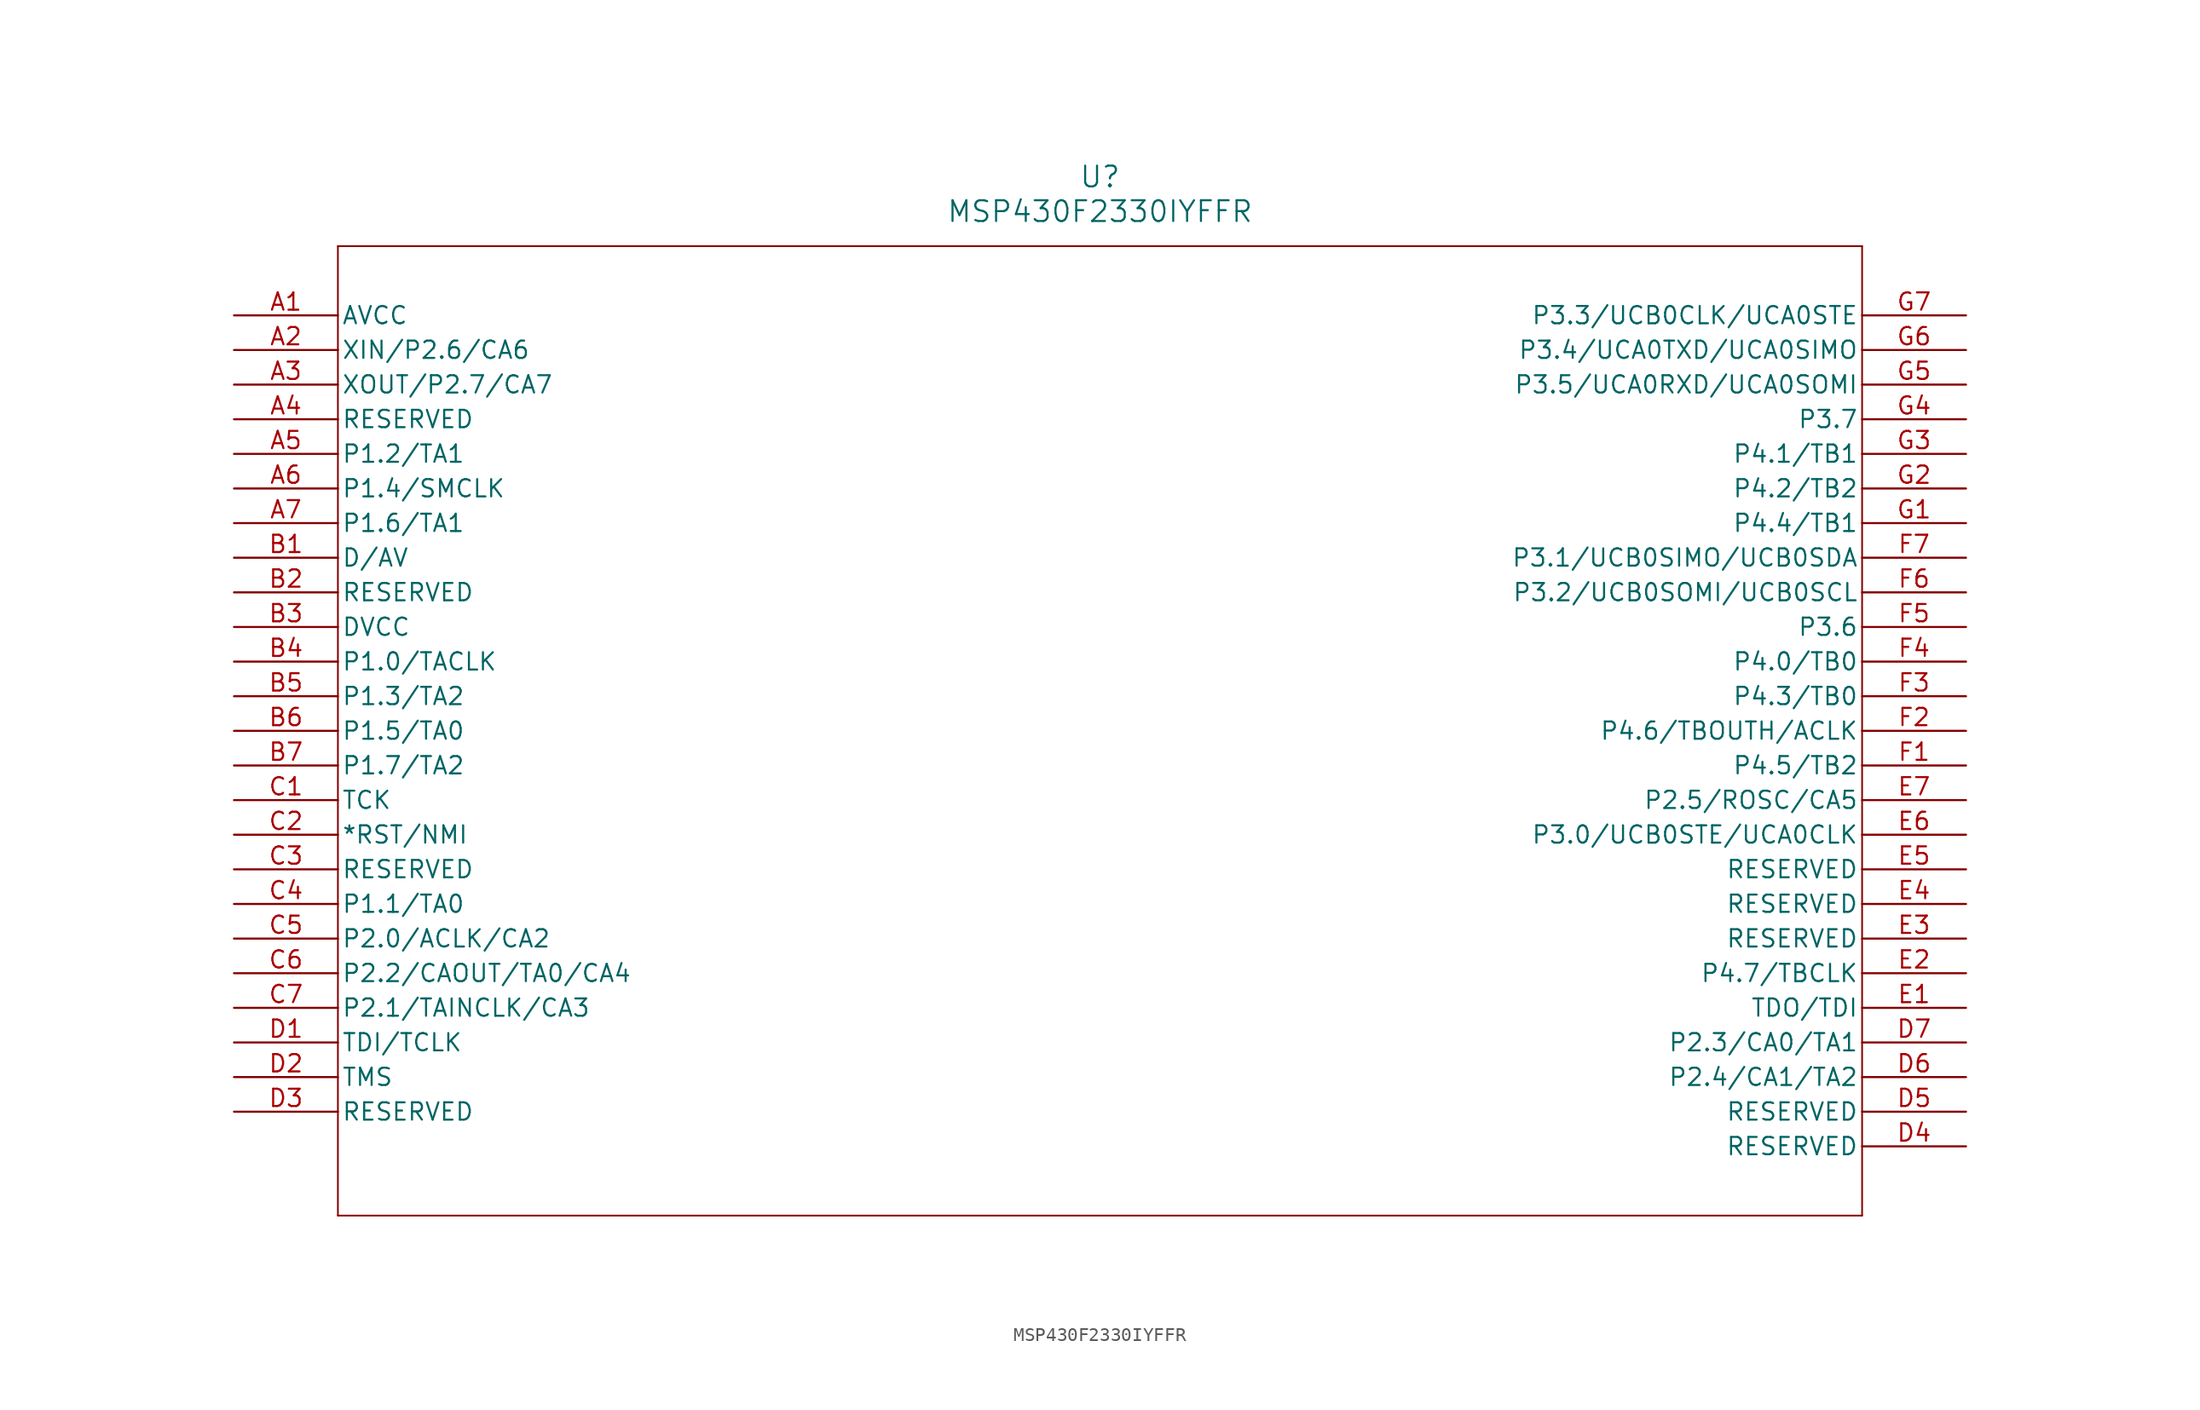
<source format=kicad_sym>
(kicad_symbol_lib
  (version 20211014)
  (generator kicad_symbol_editor)
  (symbol "MSP430F2330IYFFR"
    (pin_names
      (offset 0.254))
    (property "Reference" "U"
      (at 63.5 10.16 0)
      (effects (font (size 1.524 1.524))))
    (property "Value" "MSP430F2330IYFFR"
      (at 63.5 7.62 0)
      (effects (font (size 1.524 1.524))))
    (symbol "MSP430F2330IYFFR_0_1"
      (polyline (pts (xy 7.62 5.08) (xy 7.62 -66.04)) (stroke (width 0.127) (type default) (color 0 0 0 0)) (fill (type none)))
      (polyline (pts (xy 7.62 -66.04) (xy 119.38 -66.04)) (stroke (width 0.127) (type default) (color 0 0 0 0)) (fill (type none)))
      (polyline (pts (xy 119.38 -66.04) (xy 119.38 5.08)) (stroke (width 0.127) (type default) (color 0 0 0 0)) (fill (type none)))
      (polyline (pts (xy 119.38 5.08) (xy 7.62 5.08)) (stroke (width 0.127) (type default) (color 0 0 0 0)) (fill (type none)))
      (pin power_in line (at 0 0 0) (length 7.62) (name "AVCC" (effects (font (size 1.27 1.27)))) (number "A1" (effects (font (size 1.27 1.27)))))
      (pin bidirectional line (at 0 -2.54 0) (length 7.62) (name "XIN/P2.6/CA6" (effects (font (size 1.27 1.27)))) (number "A2" (effects (font (size 1.27 1.27)))))
      (pin bidirectional line (at 0 -5.08 0) (length 7.62) (name "XOUT/P2.7/CA7" (effects (font (size 1.27 1.27)))) (number "A3" (effects (font (size 1.27 1.27)))))
      (pin unspecified line (at 0 -7.62 0) (length 7.62) (name "RESERVED" (effects (font (size 1.27 1.27)))) (number "A4" (effects (font (size 1.27 1.27)))))
      (pin bidirectional line (at 0 -10.16 0) (length 7.62) (name "P1.2/TA1" (effects (font (size 1.27 1.27)))) (number "A5" (effects (font (size 1.27 1.27)))))
      (pin bidirectional line (at 0 -12.7 0) (length 7.62) (name "P1.4/SMCLK" (effects (font (size 1.27 1.27)))) (number "A6" (effects (font (size 1.27 1.27)))))
      (pin bidirectional line (at 0 -15.24 0) (length 7.62) (name "P1.6/TA1" (effects (font (size 1.27 1.27)))) (number "A7" (effects (font (size 1.27 1.27)))))
      (pin unspecified line (at 0 -17.78 0) (length 7.62) (name "D/AV" (effects (font (size 1.27 1.27)))) (number "B1" (effects (font (size 1.27 1.27)))))
      (pin unspecified line (at 0 -20.32 0) (length 7.62) (name "RESERVED" (effects (font (size 1.27 1.27)))) (number "B2" (effects (font (size 1.27 1.27)))))
      (pin power_in line (at 0 -22.86 0) (length 7.62) (name "DVCC" (effects (font (size 1.27 1.27)))) (number "B3" (effects (font (size 1.27 1.27)))))
      (pin bidirectional line (at 0 -25.4 0) (length 7.62) (name "P1.0/TACLK" (effects (font (size 1.27 1.27)))) (number "B4" (effects (font (size 1.27 1.27)))))
      (pin bidirectional line (at 0 -27.94 0) (length 7.62) (name "P1.3/TA2" (effects (font (size 1.27 1.27)))) (number "B5" (effects (font (size 1.27 1.27)))))
      (pin bidirectional line (at 0 -30.48 0) (length 7.62) (name "P1.5/TA0" (effects (font (size 1.27 1.27)))) (number "B6" (effects (font (size 1.27 1.27)))))
      (pin bidirectional line (at 0 -33.02 0) (length 7.62) (name "P1.7/TA2" (effects (font (size 1.27 1.27)))) (number "B7" (effects (font (size 1.27 1.27)))))
      (pin input line (at 0 -35.56 0) (length 7.62) (name "TCK" (effects (font (size 1.27 1.27)))) (number "C1" (effects (font (size 1.27 1.27)))))
      (pin input line (at 0 -38.1 0) (length 7.62) (name "*RST/NMI" (effects (font (size 1.27 1.27)))) (number "C2" (effects (font (size 1.27 1.27)))))
      (pin unspecified line (at 0 -40.64 0) (length 7.62) (name "RESERVED" (effects (font (size 1.27 1.27)))) (number "C3" (effects (font (size 1.27 1.27)))))
      (pin bidirectional line (at 0 -43.18 0) (length 7.62) (name "P1.1/TA0" (effects (font (size 1.27 1.27)))) (number "C4" (effects (font (size 1.27 1.27)))))
      (pin bidirectional line (at 0 -45.72 0) (length 7.62) (name "P2.0/ACLK/CA2" (effects (font (size 1.27 1.27)))) (number "C5" (effects (font (size 1.27 1.27)))))
      (pin bidirectional line (at 0 -48.26 0) (length 7.62) (name "P2.2/CAOUT/TA0/CA4" (effects (font (size 1.27 1.27)))) (number "C6" (effects (font (size 1.27 1.27)))))
      (pin bidirectional line (at 0 -50.8 0) (length 7.62) (name "P2.1/TAINCLK/CA3" (effects (font (size 1.27 1.27)))) (number "C7" (effects (font (size 1.27 1.27)))))
      (pin input line (at 0 -53.34 0) (length 7.62) (name "TDI/TCLK" (effects (font (size 1.27 1.27)))) (number "D1" (effects (font (size 1.27 1.27)))))
      (pin input line (at 0 -55.88 0) (length 7.62) (name "TMS" (effects (font (size 1.27 1.27)))) (number "D2" (effects (font (size 1.27 1.27)))))
      (pin unspecified line (at 0 -58.42 0) (length 7.62) (name "RESERVED" (effects (font (size 1.27 1.27)))) (number "D3" (effects (font (size 1.27 1.27)))))
      (pin unspecified line (at 127 -60.96 180) (length 7.62) (name "RESERVED" (effects (font (size 1.27 1.27)))) (number "D4" (effects (font (size 1.27 1.27)))))
      (pin unspecified line (at 127 -58.42 180) (length 7.62) (name "RESERVED" (effects (font (size 1.27 1.27)))) (number "D5" (effects (font (size 1.27 1.27)))))
      (pin bidirectional line (at 127 -55.88 180) (length 7.62) (name "P2.4/CA1/TA2" (effects (font (size 1.27 1.27)))) (number "D6" (effects (font (size 1.27 1.27)))))
      (pin bidirectional line (at 127 -53.34 180) (length 7.62) (name "P2.3/CA0/TA1" (effects (font (size 1.27 1.27)))) (number "D7" (effects (font (size 1.27 1.27)))))
      (pin bidirectional line (at 127 -50.8 180) (length 7.62) (name "TDO/TDI" (effects (font (size 1.27 1.27)))) (number "E1" (effects (font (size 1.27 1.27)))))
      (pin bidirectional line (at 127 -48.26 180) (length 7.62) (name "P4.7/TBCLK" (effects (font (size 1.27 1.27)))) (number "E2" (effects (font (size 1.27 1.27)))))
      (pin unspecified line (at 127 -45.72 180) (length 7.62) (name "RESERVED" (effects (font (size 1.27 1.27)))) (number "E3" (effects (font (size 1.27 1.27)))))
      (pin unspecified line (at 127 -43.18 180) (length 7.62) (name "RESERVED" (effects (font (size 1.27 1.27)))) (number "E4" (effects (font (size 1.27 1.27)))))
      (pin unspecified line (at 127 -40.64 180) (length 7.62) (name "RESERVED" (effects (font (size 1.27 1.27)))) (number "E5" (effects (font (size 1.27 1.27)))))
      (pin bidirectional line (at 127 -38.1 180) (length 7.62) (name "P3.0/UCB0STE/UCA0CLK" (effects (font (size 1.27 1.27)))) (number "E6" (effects (font (size 1.27 1.27)))))
      (pin bidirectional line (at 127 -35.56 180) (length 7.62) (name "P2.5/ROSC/CA5" (effects (font (size 1.27 1.27)))) (number "E7" (effects (font (size 1.27 1.27)))))
      (pin bidirectional line (at 127 -33.02 180) (length 7.62) (name "P4.5/TB2" (effects (font (size 1.27 1.27)))) (number "F1" (effects (font (size 1.27 1.27)))))
      (pin bidirectional line (at 127 -30.48 180) (length 7.62) (name "P4.6/TBOUTH/ACLK" (effects (font (size 1.27 1.27)))) (number "F2" (effects (font (size 1.27 1.27)))))
      (pin bidirectional line (at 127 -27.94 180) (length 7.62) (name "P4.3/TB0" (effects (font (size 1.27 1.27)))) (number "F3" (effects (font (size 1.27 1.27)))))
      (pin bidirectional line (at 127 -25.4 180) (length 7.62) (name "P4.0/TB0" (effects (font (size 1.27 1.27)))) (number "F4" (effects (font (size 1.27 1.27)))))
      (pin bidirectional line (at 127 -22.86 180) (length 7.62) (name "P3.6" (effects (font (size 1.27 1.27)))) (number "F5" (effects (font (size 1.27 1.27)))))
      (pin bidirectional line (at 127 -20.32 180) (length 7.62) (name "P3.2/UCB0SOMI/UCB0SCL" (effects (font (size 1.27 1.27)))) (number "F6" (effects (font (size 1.27 1.27)))))
      (pin bidirectional line (at 127 -17.78 180) (length 7.62) (name "P3.1/UCB0SIMO/UCB0SDA" (effects (font (size 1.27 1.27)))) (number "F7" (effects (font (size 1.27 1.27)))))
      (pin bidirectional line (at 127 -15.24 180) (length 7.62) (name "P4.4/TB1" (effects (font (size 1.27 1.27)))) (number "G1" (effects (font (size 1.27 1.27)))))
      (pin bidirectional line (at 127 -12.7 180) (length 7.62) (name "P4.2/TB2" (effects (font (size 1.27 1.27)))) (number "G2" (effects (font (size 1.27 1.27)))))
      (pin bidirectional line (at 127 -10.16 180) (length 7.62) (name "P4.1/TB1" (effects (font (size 1.27 1.27)))) (number "G3" (effects (font (size 1.27 1.27)))))
      (pin bidirectional line (at 127 -7.62 180) (length 7.62) (name "P3.7" (effects (font (size 1.27 1.27)))) (number "G4" (effects (font (size 1.27 1.27)))))
      (pin bidirectional line (at 127 -5.08 180) (length 7.62) (name "P3.5/UCA0RXD/UCA0SOMI" (effects (font (size 1.27 1.27)))) (number "G5" (effects (font (size 1.27 1.27)))))
      (pin bidirectional line (at 127 -2.54 180) (length 7.62) (name "P3.4/UCA0TXD/UCA0SIMO" (effects (font (size 1.27 1.27)))) (number "G6" (effects (font (size 1.27 1.27)))))
      (pin bidirectional line (at 127 0 180) (length 7.62) (name "P3.3/UCB0CLK/UCA0STE" (effects (font (size 1.27 1.27)))) (number "G7" (effects (font (size 1.27 1.27))))))))
</source>
